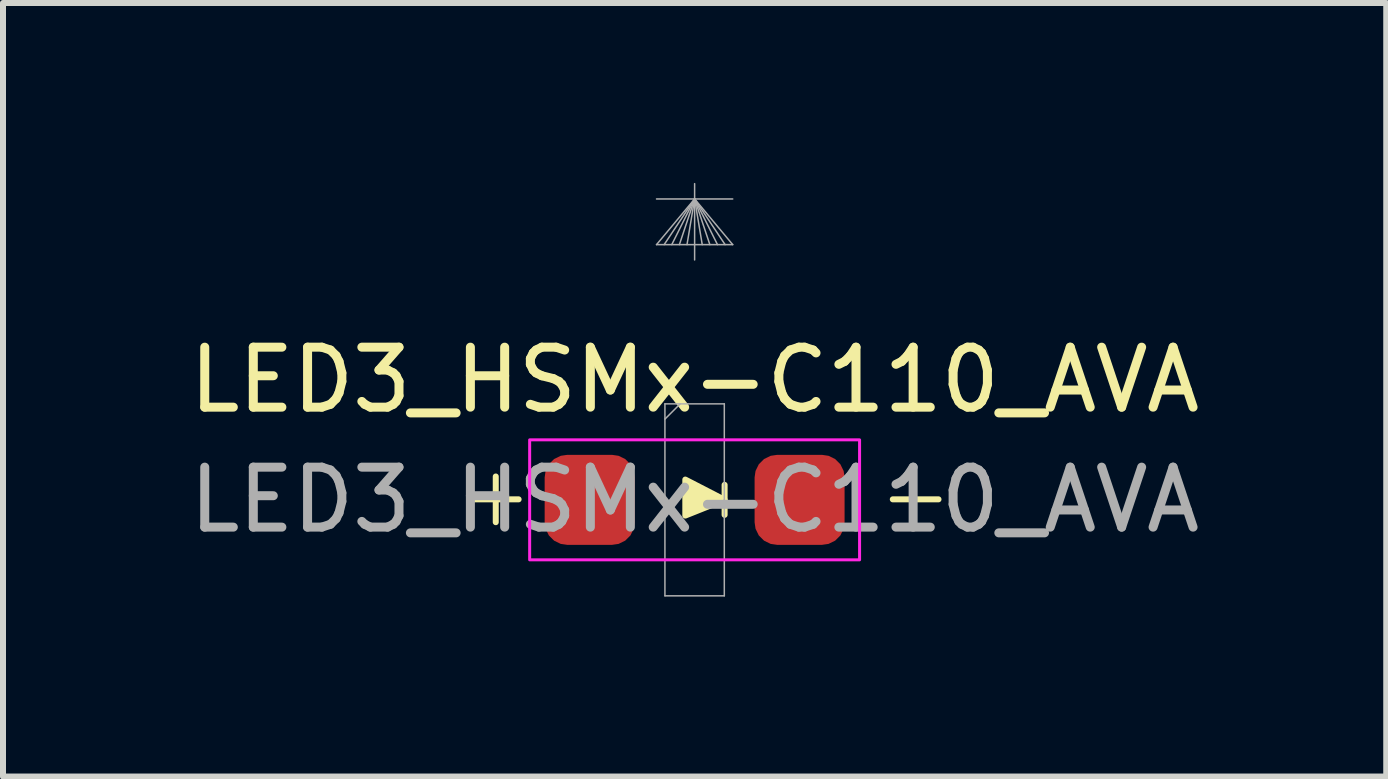
<source format=kicad_pcb>
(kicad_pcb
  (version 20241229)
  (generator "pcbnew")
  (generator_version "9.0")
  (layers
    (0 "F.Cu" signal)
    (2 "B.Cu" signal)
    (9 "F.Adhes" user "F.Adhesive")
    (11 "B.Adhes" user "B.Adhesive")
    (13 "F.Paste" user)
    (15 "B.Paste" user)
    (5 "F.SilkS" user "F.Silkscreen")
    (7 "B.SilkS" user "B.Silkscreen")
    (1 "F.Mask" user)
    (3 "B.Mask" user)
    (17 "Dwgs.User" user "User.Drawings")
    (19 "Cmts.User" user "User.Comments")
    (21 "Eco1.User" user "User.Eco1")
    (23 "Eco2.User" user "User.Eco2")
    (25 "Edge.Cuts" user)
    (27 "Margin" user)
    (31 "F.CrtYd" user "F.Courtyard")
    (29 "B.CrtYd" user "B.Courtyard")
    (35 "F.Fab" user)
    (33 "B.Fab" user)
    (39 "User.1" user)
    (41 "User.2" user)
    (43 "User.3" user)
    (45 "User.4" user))
  (footprint "LED3_HSMx-C110_AVA"
    (layer "F.Cu")
    (at 8.53 5.283)
    (property "Reference" "LED3_HSMx-C110_AVA" (at 0 -2 0) (unlocked yes) (layer "F.SilkS") (effects (font (size 1 1) (thickness 0.15))))
    (attr smd)
    (fp_line (start 0.5 -0.25) (end 0.5 0.25) (stroke (width 0.1) (type default)) (layer "F.SilkS"))
    (fp_poly (pts (xy -0.755 -0.038) (xy -0.155 -0.038) (xy -0.155 -0.338) (xy 0.5 0) (xy -0.155 0.262) (xy -0.155 -0.038) (xy -0.755 -0.038)) (stroke (width 0.1) (type solid)) (fill yes) (layer "F.SilkS"))
    (fp_rect (start -2.75 -1) (end 2.75 1) (stroke (width 0.05) (type default)) (fill no) (layer "F.CrtYd"))
    (fp_line (start -0.495 -1.6) (end 0.495 -1.6) (stroke (width 0.025) (type solid)) (layer "F.Fab"))
    (fp_line (start -0.495 0) (end -0.495 -1.6) (stroke (width 0.025) (type solid)) (layer "F.Fab"))
    (fp_line (start -0.495 0) (end -0.495 1.6) (stroke (width 0.025) (type solid)) (layer "F.Fab"))
    (fp_line (start -0.495 1.6) (end 0.495 1.6) (stroke (width 0.025) (type solid)) (layer "F.Fab"))
    (fp_line (start -0.241 -1.6) (end -0.495 -1.346) (stroke (width 0.025) (type solid)) (layer "F.Fab"))
    (fp_line (start 0 -5.016) (end -0.635 -4.255) (stroke (width 0.025) (type solid)) (layer "F.Fab"))
    (fp_line (start 0 -5.016) (end -0.508 -4.255) (stroke (width 0.025) (type solid)) (layer "F.Fab"))
    (fp_line (start 0 -5.016) (end -0.381 -4.255) (stroke (width 0.025) (type solid)) (layer "F.Fab"))
    (fp_line (start 0 -5.016) (end -0.254 -4.255) (stroke (width 0.025) (type solid)) (layer "F.Fab"))
    (fp_line (start 0 -5.016) (end -0.127 -4.255) (stroke (width 0.025) (type solid)) (layer "F.Fab"))
    (fp_line (start 0 -5.016) (end 0.127 -4.255) (stroke (width 0.025) (type solid)) (layer "F.Fab"))
    (fp_line (start 0 -5.016) (end 0.254 -4.255) (stroke (width 0.025) (type solid)) (layer "F.Fab"))
    (fp_line (start 0 -5.016) (end 0.381 -4.255) (stroke (width 0.025) (type solid)) (layer "F.Fab"))
    (fp_line (start 0 -5.016) (end 0.508 -4.255) (stroke (width 0.025) (type solid)) (layer "F.Fab"))
    (fp_line (start 0 -5.016) (end 0.635 -4.255) (stroke (width 0.025) (type solid)) (layer "F.Fab"))
    (fp_line (start 0 -4) (end 0 -5.271) (stroke (width 0.025) (type solid)) (layer "F.Fab"))
    (fp_line (start 0.495 0) (end 0.495 -1.6) (stroke (width 0.025) (type solid)) (layer "F.Fab"))
    (fp_line (start 0.495 0) (end 0.495 1.6) (stroke (width 0.025) (type solid)) (layer "F.Fab"))
    (fp_line (start 0.635 -5.016) (end -0.635 -5.016) (stroke (width 0.025) (type solid)) (layer "F.Fab"))
    (fp_line (start 0.635 -4.255) (end -0.635 -4.255) (stroke (width 0.025) (type solid)) (layer "F.Fab"))
    (fp_text user "+" (at -4 0.5 0) (unlocked yes) (layer "F.SilkS") (effects (font (size 1 1) (thickness 0.1)) (justify left bottom)))
    (fp_text user "-" (at 3 0.5 0) (unlocked yes) (layer "F.SilkS") (effects (font (size 1 1) (thickness 0.1)) (justify left bottom)))
    (fp_text user "${REFERENCE}" (at 0 0 0) (unlocked yes) (layer "F.Fab") (effects (font (size 1 1) (thickness 0.15))))
    (pad "1" smd roundrect (at -1.75 0) (size 1.5 1.5) (layers "F.Cu" "F.Mask" "F.Paste") (roundrect_rratio 0.25))
    (pad "2" smd roundrect (at 1.75 0) (size 1.5 1.5) (layers "F.Cu" "F.Mask" "F.Paste") (roundrect_rratio 0.25)))
  (gr_rect
    (start -3 -3)
    (end 20.06 9.896)
    (stroke (width 0.1) (type default))
    (fill no)
    (layer "Edge.Cuts")))
</source>
